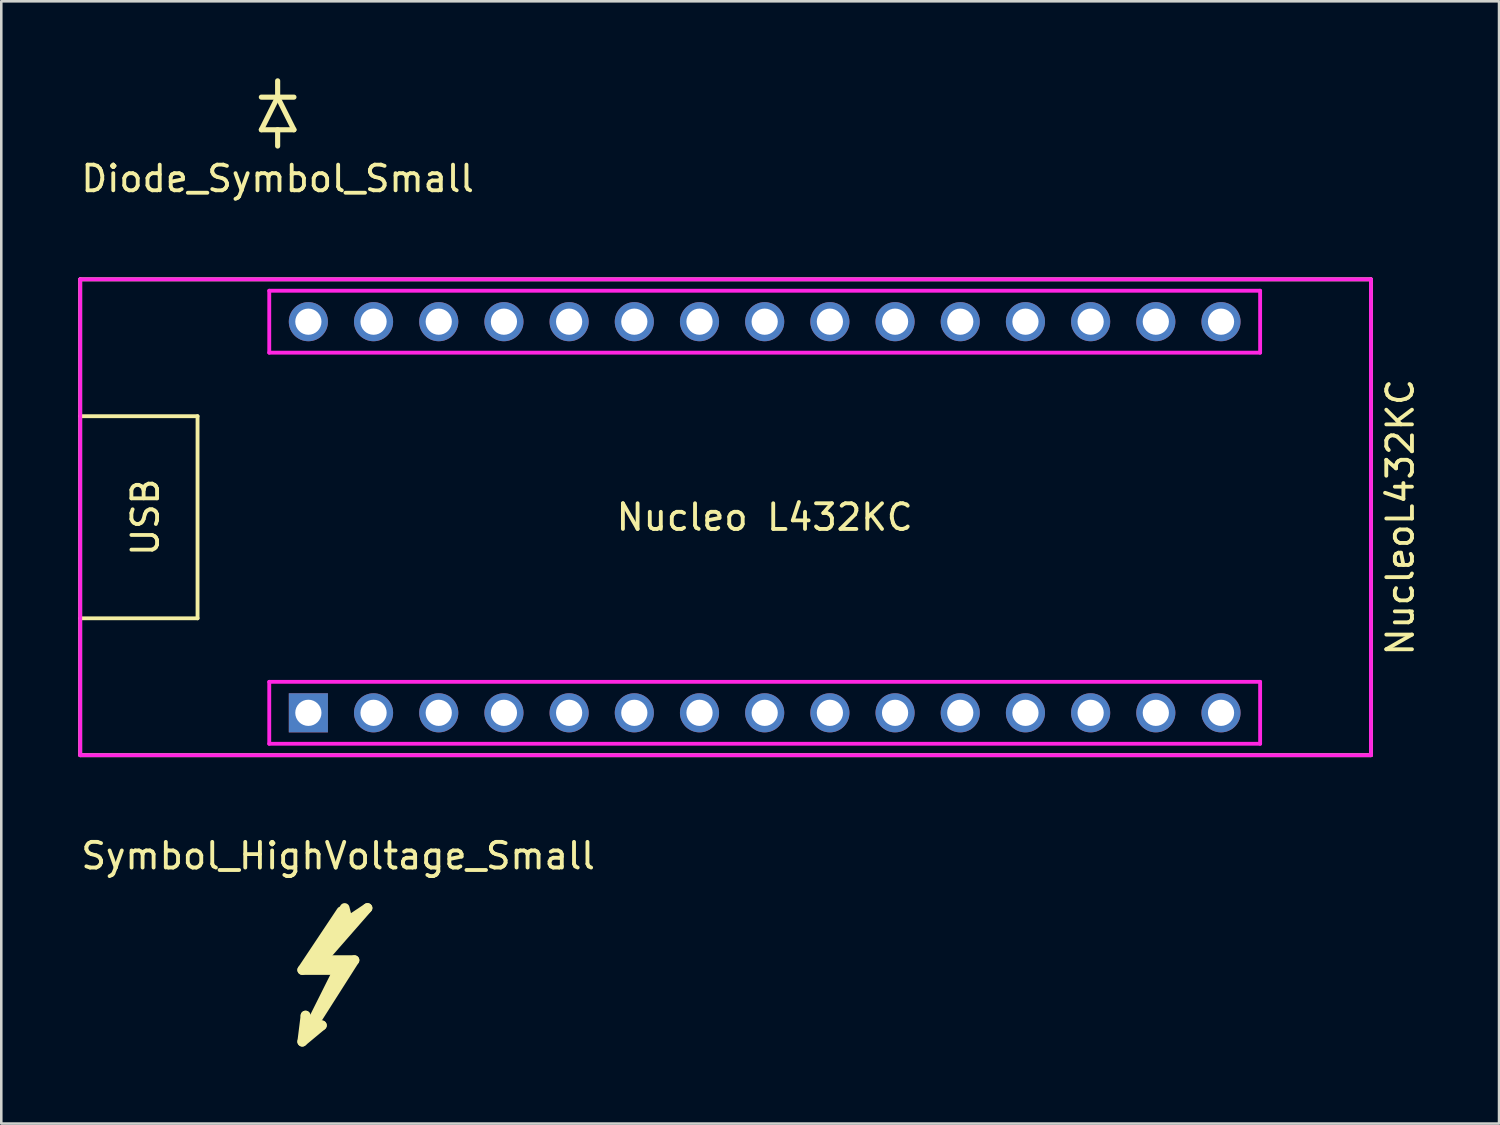
<source format=kicad_pcb>
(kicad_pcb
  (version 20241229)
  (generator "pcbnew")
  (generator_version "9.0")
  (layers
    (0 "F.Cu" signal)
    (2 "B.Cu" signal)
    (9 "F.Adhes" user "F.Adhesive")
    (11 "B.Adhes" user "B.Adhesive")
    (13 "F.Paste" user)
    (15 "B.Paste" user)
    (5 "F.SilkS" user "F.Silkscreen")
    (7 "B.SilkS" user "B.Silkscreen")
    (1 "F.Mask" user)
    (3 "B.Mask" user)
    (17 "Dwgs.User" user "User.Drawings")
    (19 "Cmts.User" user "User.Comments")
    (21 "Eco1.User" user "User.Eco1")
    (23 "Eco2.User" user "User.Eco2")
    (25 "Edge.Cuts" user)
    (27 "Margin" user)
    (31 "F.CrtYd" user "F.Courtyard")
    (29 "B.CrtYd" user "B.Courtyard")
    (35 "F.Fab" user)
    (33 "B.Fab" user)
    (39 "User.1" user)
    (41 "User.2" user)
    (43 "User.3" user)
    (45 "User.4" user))
  (footprint "Diode_Symbol_Small"
    (layer "F.Cu")
    (at 7.768 1.37)
    (property "Reference" "Diode_Symbol_Small" (at 0 2.54 0) (layer "F.SilkS") (effects (font (size 1 1) (thickness 0.15))))
    (attr through_hole)
    (fp_line (start -0.635 -0.635) (end 0 -0.635) (stroke (width 0.2) (type solid)) (layer "F.SilkS"))
    (fp_line (start -0.635 0.635) (end 0.635 0.635) (stroke (width 0.2) (type solid)) (layer "F.SilkS"))
    (fp_line (start 0 -1.27) (end 0 -0.635) (stroke (width 0.2) (type solid)) (layer "F.SilkS"))
    (fp_line (start 0 -0.635) (end -0.635 0.635) (stroke (width 0.2) (type solid)) (layer "F.SilkS"))
    (fp_line (start 0 -0.635) (end 0.635 -0.635) (stroke (width 0.2) (type solid)) (layer "F.SilkS"))
    (fp_line (start 0 0.635) (end 0 1.27) (stroke (width 0.2) (type solid)) (layer "F.SilkS"))
    (fp_line (start 0.635 0.635) (end 0 -0.635) (stroke (width 0.2) (type solid)) (layer "F.SilkS")))
  (footprint "NucleoL432KC"
    (layer "F.Cu")
    (at 26.745 17.104)
    (property "Reference" "NucleoL432KC" (at 24.765 0 90) (layer "F.SilkS") (effects (font (size 1 1) (thickness 0.15))))
    (attr through_hole)
    (fp_line (start -26.67 -9.271) (end -26.67 9.271) (stroke (width 0.15) (type solid)) (layer "F.SilkS"))
    (fp_line (start -26.67 -3.937) (end -22.098 -3.937) (stroke (width 0.15) (type solid)) (layer "F.SilkS"))
    (fp_line (start -26.67 9.271) (end 23.622 9.271) (stroke (width 0.15) (type solid)) (layer "F.SilkS"))
    (fp_line (start -22.098 -3.937) (end -22.098 3.937) (stroke (width 0.15) (type solid)) (layer "F.SilkS"))
    (fp_line (start -22.098 3.937) (end -26.67 3.937) (stroke (width 0.15) (type solid)) (layer "F.SilkS"))
    (fp_line (start 23.622 -9.271) (end -26.67 -9.271) (stroke (width 0.15) (type solid)) (layer "F.SilkS"))
    (fp_line (start 23.622 9.271) (end 23.622 -9.271) (stroke (width 0.15) (type solid)) (layer "F.SilkS"))
    (fp_line (start -26.67 -9.271) (end -26.67 9.271) (stroke (width 0.15) (type solid)) (layer "F.CrtYd"))
    (fp_line (start -26.67 9.271) (end 23.622 9.271) (stroke (width 0.15) (type solid)) (layer "F.CrtYd"))
    (fp_line (start -19.304 -8.826) (end -19.304 -6.413) (stroke (width 0.15) (type solid)) (layer "F.CrtYd"))
    (fp_line (start -19.304 -6.413) (end 19.304 -6.413) (stroke (width 0.15) (type solid)) (layer "F.CrtYd"))
    (fp_line (start -19.304 6.413) (end 19.304 6.413) (stroke (width 0.15) (type solid)) (layer "F.CrtYd"))
    (fp_line (start -19.304 8.826) (end -19.304 6.413) (stroke (width 0.15) (type solid)) (layer "F.CrtYd"))
    (fp_line (start 19.304 -8.826) (end -19.304 -8.826) (stroke (width 0.15) (type solid)) (layer "F.CrtYd"))
    (fp_line (start 19.304 -6.413) (end 19.304 -8.826) (stroke (width 0.15) (type solid)) (layer "F.CrtYd"))
    (fp_line (start 19.304 6.413) (end 19.304 8.826) (stroke (width 0.15) (type solid)) (layer "F.CrtYd"))
    (fp_line (start 19.304 8.826) (end -19.304 8.826) (stroke (width 0.15) (type solid)) (layer "F.CrtYd"))
    (fp_line (start 23.622 -9.271) (end -26.67 -9.271) (stroke (width 0.15) (type solid)) (layer "F.CrtYd"))
    (fp_line (start 23.622 9.271) (end 23.622 -9.271) (stroke (width 0.15) (type solid)) (layer "F.CrtYd"))
    (fp_text user "USB" (at -24.13 0 90) (layer "F.SilkS") (effects (font (size 1 1) (thickness 0.15))))
    (fp_text user "Nucleo L432KC" (at 0 0 0) (layer "F.SilkS") (effects (font (size 1 1) (thickness 0.15))))
    (pad "1" thru_hole rect (at -17.78 7.62) (size 1.524 1.524) (drill 1.021) (layers "*.Cu" "*.Mask"))
    (pad "2" thru_hole circle (at -15.24 7.62) (size 1.524 1.524) (drill 1.021) (layers "*.Cu" "*.Mask"))
    (pad "3" thru_hole circle (at -12.7 7.62) (size 1.524 1.524) (drill 1.021) (layers "*.Cu" "*.Mask"))
    (pad "4" thru_hole circle (at -10.16 7.62) (size 1.524 1.524) (drill 1.021) (layers "*.Cu" "*.Mask"))
    (pad "5" thru_hole circle (at -7.62 7.62) (size 1.524 1.524) (drill 1.021) (layers "*.Cu" "*.Mask"))
    (pad "6" thru_hole circle (at -5.08 7.62) (size 1.524 1.524) (drill 1.021) (layers "*.Cu" "*.Mask"))
    (pad "7" thru_hole circle (at -2.54 7.62) (size 1.524 1.524) (drill 1.021) (layers "*.Cu" "*.Mask"))
    (pad "8" thru_hole circle (at 0 7.62) (size 1.524 1.524) (drill 1.021) (layers "*.Cu" "*.Mask"))
    (pad "9" thru_hole circle (at 2.54 7.62) (size 1.524 1.524) (drill 1.021) (layers "*.Cu" "*.Mask"))
    (pad "10" thru_hole circle (at 5.08 7.62) (size 1.524 1.524) (drill 1.021) (layers "*.Cu" "*.Mask"))
    (pad "11" thru_hole circle (at 7.62 7.62) (size 1.524 1.524) (drill 1.021) (layers "*.Cu" "*.Mask"))
    (pad "12" thru_hole circle (at 10.16 7.62) (size 1.524 1.524) (drill 1.021) (layers "*.Cu" "*.Mask"))
    (pad "13" thru_hole circle (at 12.7 7.62) (size 1.524 1.524) (drill 1.021) (layers "*.Cu" "*.Mask"))
    (pad "14" thru_hole circle (at 15.24 7.62) (size 1.524 1.524) (drill 1.021) (layers "*.Cu" "*.Mask"))
    (pad "15" thru_hole circle (at 17.78 7.62) (size 1.524 1.524) (drill 1.021) (layers "*.Cu" "*.Mask"))
    (pad "16" thru_hole circle (at 17.78 -7.62) (size 1.524 1.524) (drill 1.021) (layers "*.Cu" "*.Mask"))
    (pad "17" thru_hole circle (at 15.24 -7.62) (size 1.524 1.524) (drill 1.021) (layers "*.Cu" "*.Mask"))
    (pad "18" thru_hole circle (at 12.7 -7.62) (size 1.524 1.524) (drill 1.021) (layers "*.Cu" "*.Mask"))
    (pad "19" thru_hole circle (at 10.16 -7.62) (size 1.524 1.524) (drill 1.021) (layers "*.Cu" "*.Mask"))
    (pad "20" thru_hole circle (at 7.62 -7.62) (size 1.524 1.524) (drill 1.021) (layers "*.Cu" "*.Mask"))
    (pad "21" thru_hole circle (at 5.08 -7.62) (size 1.524 1.524) (drill 1.021) (layers "*.Cu" "*.Mask"))
    (pad "22" thru_hole circle (at 2.54 -7.62) (size 1.524 1.524) (drill 1.021) (layers "*.Cu" "*.Mask"))
    (pad "23" thru_hole circle (at 0 -7.62) (size 1.524 1.524) (drill 1.021) (layers "*.Cu" "*.Mask"))
    (pad "24" thru_hole circle (at -2.54 -7.62) (size 1.524 1.524) (drill 1.021) (layers "*.Cu" "*.Mask"))
    (pad "25" thru_hole circle (at -5.08 -7.62) (size 1.524 1.524) (drill 1.021) (layers "*.Cu" "*.Mask"))
    (pad "26" thru_hole circle (at -7.62 -7.62) (size 1.524 1.524) (drill 1.021) (layers "*.Cu" "*.Mask"))
    (pad "27" thru_hole circle (at -10.16 -7.62) (size 1.524 1.524) (drill 1.021) (layers "*.Cu" "*.Mask"))
    (pad "28" thru_hole circle (at -12.7 -7.62) (size 1.524 1.524) (drill 1.021) (layers "*.Cu" "*.Mask"))
    (pad "29" thru_hole circle (at -15.24 -7.62) (size 1.524 1.524) (drill 1.021) (layers "*.Cu" "*.Mask"))
    (pad "30" thru_hole circle (at -17.78 -7.62) (size 1.524 1.524) (drill 1.021) (layers "*.Cu" "*.Mask")))
  (footprint "Symbol_HighVoltage_Small"
    (layer "F.Cu")
    (at 9.109 35.505)
    (property "Reference" "Symbol_HighVoltage_Small" (at 1.016 -5.207 0) (layer "F.SilkS") (effects (font (size 1 1) (thickness 0.15))))
    (attr through_hole)
    (fp_line (start -0.381 -0.762) (end 1.016 -0.762) (stroke (width 0.381) (type solid)) (layer "F.SilkS"))
    (fp_line (start -0.381 2.032) (end 0.381 1.397) (stroke (width 0.381) (type solid)) (layer "F.SilkS"))
    (fp_line (start -0.254 1.016) (end -0.381 2.032) (stroke (width 0.381) (type solid)) (layer "F.SilkS"))
    (fp_line (start -0.127 1.524) (end -0.254 1.016) (stroke (width 0.381) (type solid)) (layer "F.SilkS"))
    (fp_line (start -0.127 1.651) (end 1.651 -1.143) (stroke (width 0.381) (type solid)) (layer "F.SilkS"))
    (fp_line (start 0 -0.889) (end 1.27 -0.889) (stroke (width 0.381) (type solid)) (layer "F.SilkS"))
    (fp_line (start 0.381 -1.143) (end 2.159 -3.175) (stroke (width 0.381) (type solid)) (layer "F.SilkS"))
    (fp_line (start 0.381 1.397) (end -0.127 1.651) (stroke (width 0.381) (type solid)) (layer "F.SilkS"))
    (fp_line (start 1.016 -0.762) (end -0.127 1.524) (stroke (width 0.381) (type solid)) (layer "F.SilkS"))
    (fp_line (start 1.143 -3.048) (end -0.381 -0.762) (stroke (width 0.381) (type solid)) (layer "F.SilkS"))
    (fp_line (start 1.397 -2.794) (end 0 -0.889) (stroke (width 0.381) (type solid)) (layer "F.SilkS"))
    (fp_line (start 1.397 -2.667) (end 1.27 -3.175) (stroke (width 0.381) (type solid)) (layer "F.SilkS"))
    (fp_line (start 1.651 -1.143) (end 0.381 -1.143) (stroke (width 0.381) (type solid)) (layer "F.SilkS"))
    (fp_line (start 2.159 -3.175) (end 1.397 -2.667) (stroke (width 0.381) (type solid)) (layer "F.SilkS")))
  (gr_rect
    (start -3 -3)
    (end 55.358 40.728)
    (stroke (width 0.1) (type default))
    (fill no)
    (layer "Edge.Cuts")))
</source>
